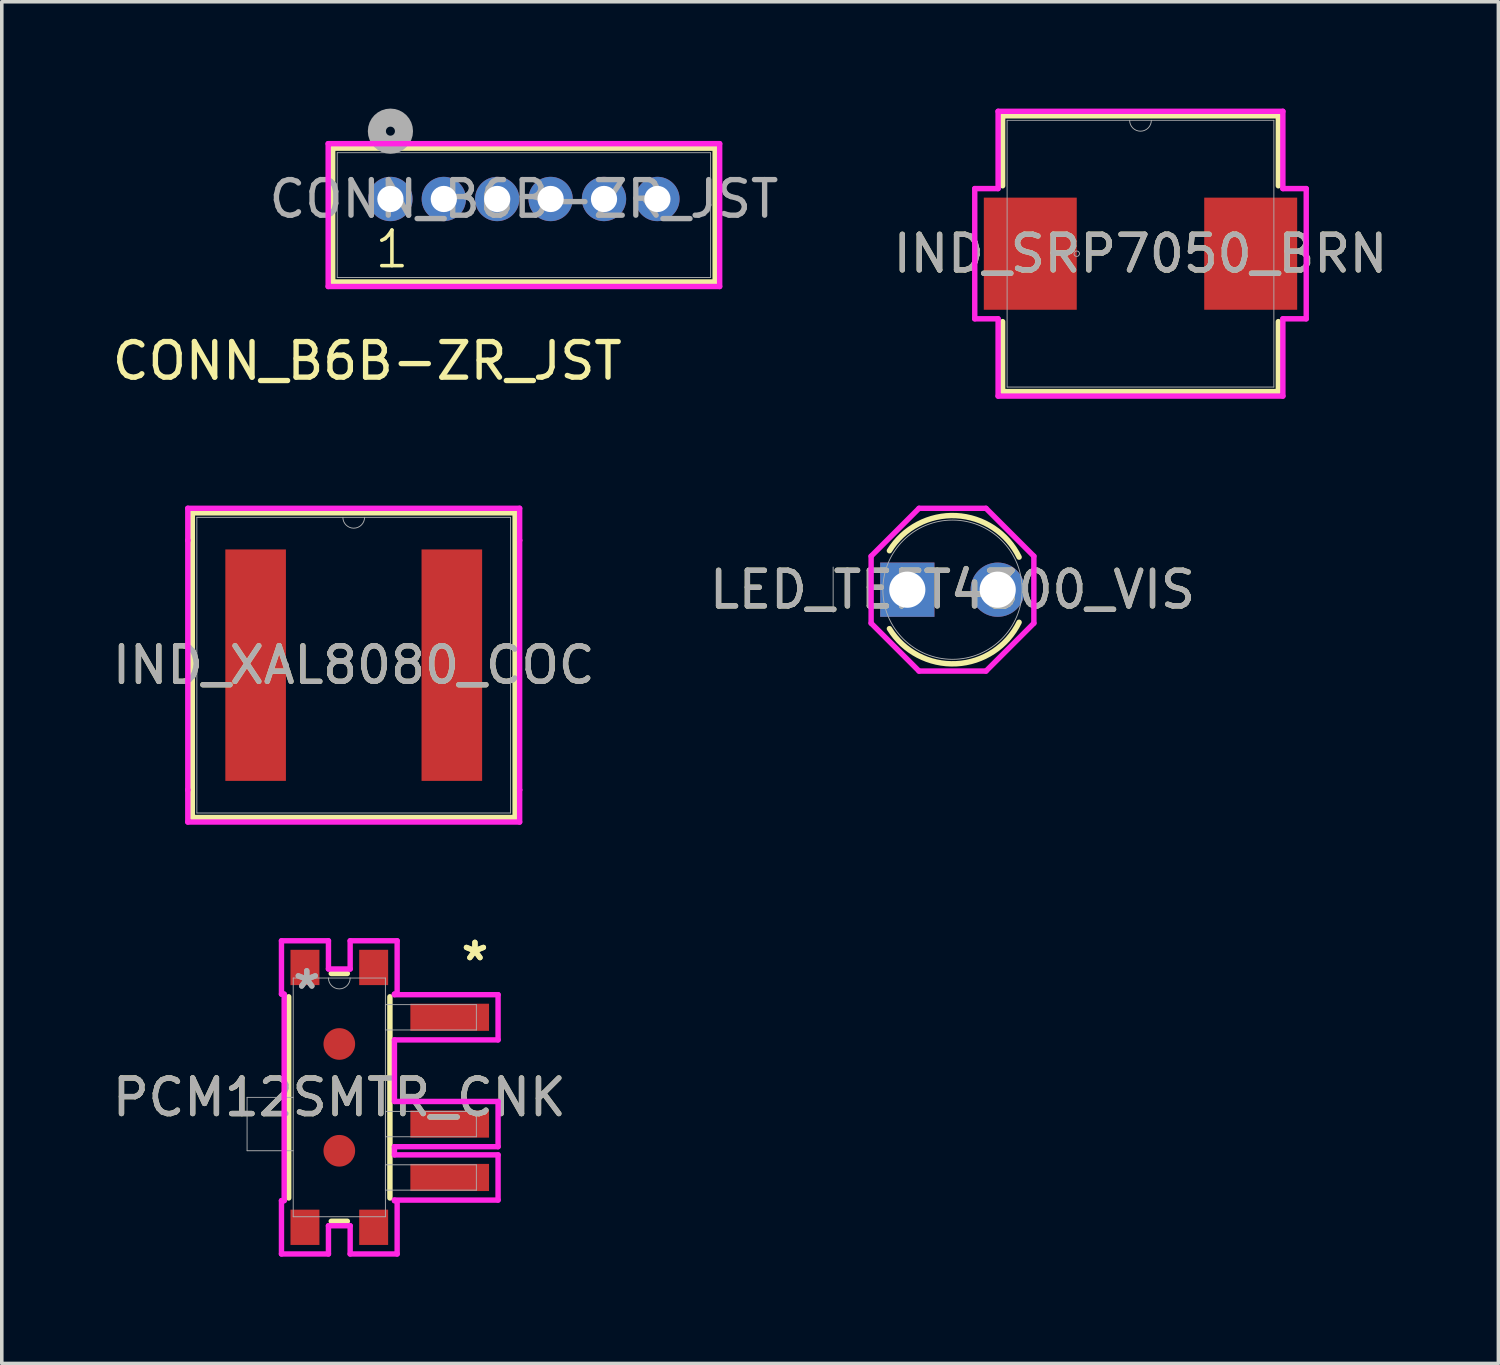
<source format=kicad_pcb>
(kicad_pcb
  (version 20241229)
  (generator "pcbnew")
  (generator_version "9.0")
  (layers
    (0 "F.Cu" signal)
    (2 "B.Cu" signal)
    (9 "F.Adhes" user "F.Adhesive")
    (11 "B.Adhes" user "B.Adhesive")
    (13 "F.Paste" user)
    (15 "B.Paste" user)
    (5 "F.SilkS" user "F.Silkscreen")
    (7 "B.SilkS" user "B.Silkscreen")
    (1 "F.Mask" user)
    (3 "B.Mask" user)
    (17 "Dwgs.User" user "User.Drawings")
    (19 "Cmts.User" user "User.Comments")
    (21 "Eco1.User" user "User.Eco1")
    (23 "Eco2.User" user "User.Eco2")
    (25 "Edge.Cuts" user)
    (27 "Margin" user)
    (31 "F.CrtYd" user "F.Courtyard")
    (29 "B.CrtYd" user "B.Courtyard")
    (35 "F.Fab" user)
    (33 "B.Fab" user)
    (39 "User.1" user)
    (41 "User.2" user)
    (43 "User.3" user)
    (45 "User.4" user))
  (footprint "LED_TEFT4300_VIS"
    (layer "F.Cu")
    (at 22.438 13.516)
    (property "Reference" "LED_TEFT4300_VIS" (at 1.27 0 0) (unlocked yes) (layer "F.SilkS") (effects (font (size 1 1) (thickness 0.15))))
    (attr through_hole)
    (fp_arc (start -0.501891 -1.094742) (mid 1.372654 -2.080269) (end 3.141063 -0.914975) (stroke (width 0.1524) (type solid)) (layer "F.SilkS"))
    (fp_arc (start 3.141062 0.914976) (mid 1.372652 2.080269) (end -0.501892 1.09474) (stroke (width 0.1524) (type solid)) (layer "F.SilkS"))
    (fp_line (start -1.016 -0.941) (end 0.329 -2.286) (stroke (width 0.152) (type solid)) (layer "F.CrtYd"))
    (fp_line (start -1.016 0.941) (end -1.016 -0.941) (stroke (width 0.152) (type solid)) (layer "F.CrtYd"))
    (fp_line (start 0.329 -2.286) (end 2.211 -2.286) (stroke (width 0.152) (type solid)) (layer "F.CrtYd"))
    (fp_line (start 0.329 2.286) (end -1.016 0.941) (stroke (width 0.152) (type solid)) (layer "F.CrtYd"))
    (fp_line (start 2.211 -2.286) (end 3.556 -0.941) (stroke (width 0.152) (type solid)) (layer "F.CrtYd"))
    (fp_line (start 2.211 2.286) (end 0.329 2.286) (stroke (width 0.152) (type solid)) (layer "F.CrtYd"))
    (fp_line (start 3.556 -0.941) (end 3.556 0.941) (stroke (width 0.152) (type solid)) (layer "F.CrtYd"))
    (fp_line (start 3.556 0.941) (end 2.211 2.286) (stroke (width 0.152) (type solid)) (layer "F.CrtYd"))
    (fp_line (start -2.083 -0.635) (end -2.083 0.635) (stroke (width 0.025) (type solid)) (layer "F.Fab"))
    (fp_circle (center 1.27 0) (end 3.226 0) (stroke (width 0.025) (type solid)) (fill no) (layer "F.Fab"))
    (fp_text user "${REFERENCE}" (at 1.27 0 0) (unlocked yes) (layer "F.Fab") (effects (font (size 1 1) (thickness 0.15))))
    (pad "1" thru_hole rect (at 0 0) (size 1.524 1.524) (drill 1.016) (layers "*.Cu" "*.Mask"))
    (pad "2" thru_hole circle (at 2.54 0) (size 1.524 1.524) (drill 1.016) (layers "*.Cu" "*.Mask")))
  (footprint "IND_SRP7050_BRN"
    (layer "F.Cu")
    (at 28.989 4.077)
    (property "Reference" "IND_SRP7050_BRN" (at 0 0 0) (unlocked yes) (layer "F.SilkS") (effects (font (size 1 1) (thickness 0.15))))
    (attr smd)
    (fp_line (start -3.873 -3.873) (end -3.873 -1.908) (stroke (width 0.152) (type solid)) (layer "F.SilkS"))
    (fp_line (start -3.873 1.908) (end -3.873 3.873) (stroke (width 0.152) (type solid)) (layer "F.SilkS"))
    (fp_line (start -3.873 3.873) (end 3.873 3.873) (stroke (width 0.152) (type solid)) (layer "F.SilkS"))
    (fp_line (start 3.873 -3.873) (end -3.873 -3.873) (stroke (width 0.152) (type solid)) (layer "F.SilkS"))
    (fp_line (start 3.873 -1.908) (end 3.873 -3.873) (stroke (width 0.152) (type solid)) (layer "F.SilkS"))
    (fp_line (start 3.873 3.873) (end 3.873 1.908) (stroke (width 0.152) (type solid)) (layer "F.SilkS"))
    (fp_line (start -4.656 -1.829) (end -4 -1.829) (stroke (width 0.152) (type solid)) (layer "F.CrtYd"))
    (fp_line (start -4.656 1.829) (end -4.656 -1.829) (stroke (width 0.152) (type solid)) (layer "F.CrtYd"))
    (fp_line (start -4.656 1.829) (end -4 1.829) (stroke (width 0.152) (type solid)) (layer "F.CrtYd"))
    (fp_line (start -4 -4) (end 4 -4) (stroke (width 0.152) (type solid)) (layer "F.CrtYd"))
    (fp_line (start -4 -1.829) (end -4 -4) (stroke (width 0.152) (type solid)) (layer "F.CrtYd"))
    (fp_line (start -4 4) (end -4 1.829) (stroke (width 0.152) (type solid)) (layer "F.CrtYd"))
    (fp_line (start 4 -4) (end 4 -1.829) (stroke (width 0.152) (type solid)) (layer "F.CrtYd"))
    (fp_line (start 4 1.829) (end 4 4) (stroke (width 0.152) (type solid)) (layer "F.CrtYd"))
    (fp_line (start 4 4) (end -4 4) (stroke (width 0.152) (type solid)) (layer "F.CrtYd"))
    (fp_line (start 4.656 -1.829) (end 4 -1.829) (stroke (width 0.152) (type solid)) (layer "F.CrtYd"))
    (fp_line (start 4.656 -1.829) (end 4.656 1.829) (stroke (width 0.152) (type solid)) (layer "F.CrtYd"))
    (fp_line (start 4.656 1.829) (end 4 1.829) (stroke (width 0.152) (type solid)) (layer "F.CrtYd"))
    (fp_line (start -3.747 -3.747) (end -3.747 3.747) (stroke (width 0.025) (type solid)) (layer "F.Fab"))
    (fp_line (start -3.747 3.747) (end 3.747 3.747) (stroke (width 0.025) (type solid)) (layer "F.Fab"))
    (fp_line (start 3.747 -3.747) (end -3.747 -3.747) (stroke (width 0.025) (type solid)) (layer "F.Fab"))
    (fp_line (start 3.747 3.747) (end 3.747 -3.747) (stroke (width 0.025) (type solid)) (layer "F.Fab"))
    (fp_arc (start 0.3048 -3.7465) (mid 0 -3.4417) (end -0.3048 -3.7465) (stroke (width 0.0254) (type solid)) (layer "F.Fab"))
    (fp_circle (center -1.791 0) (end -1.714 0) (stroke (width 0.025) (type solid)) (fill no) (layer "F.Fab"))
    (fp_text user "${REFERENCE}" (at 0 0 0) (unlocked yes) (layer "F.Fab") (effects (font (size 1 1) (thickness 0.15))))
    (pad "1" smd rect (at -3.096 0) (size 2.611 3.15) (layers "F.Cu" "F.Mask" "F.Paste"))
    (pad "2" smd rect (at 3.096 0) (size 2.611 3.15) (layers "F.Cu" "F.Mask" "F.Paste")))
  (footprint "PCM12SMTR_CNK"
    (layer "F.Cu")
    (at 6.482 27.778)
    (property "Reference" "PCM12SMTR_CNK" (at 0 0 0) (unlocked yes) (layer "F.SilkS") (effects (font (size 1 1) (thickness 0.15))))
    (attr smd)
    (fp_line (start -1.422 2.826) (end -1.422 -2.826) (stroke (width 0.152) (type solid)) (layer "F.SilkS"))
    (fp_line (start -0.226 -3.48) (end 0.226 -3.48) (stroke (width 0.152) (type solid)) (layer "F.SilkS"))
    (fp_line (start 0.226 3.48) (end -0.226 3.48) (stroke (width 0.152) (type solid)) (layer "F.SilkS"))
    (fp_line (start 1.422 -2.826) (end 1.422 2.826) (stroke (width 0.152) (type solid)) (layer "F.SilkS"))
    (fp_line (start -1.625 -4.399) (end -1.625 -2.901) (stroke (width 0.152) (type solid)) (layer "F.CrtYd"))
    (fp_line (start -1.625 -2.901) (end -1.549 -2.901) (stroke (width 0.152) (type solid)) (layer "F.CrtYd"))
    (fp_line (start -1.625 2.901) (end -1.625 4.399) (stroke (width 0.152) (type solid)) (layer "F.CrtYd"))
    (fp_line (start -1.625 4.399) (end -0.305 4.399) (stroke (width 0.152) (type solid)) (layer "F.CrtYd"))
    (fp_line (start -1.549 -2.901) (end -1.549 2.901) (stroke (width 0.152) (type solid)) (layer "F.CrtYd"))
    (fp_line (start -1.549 2.901) (end -1.625 2.901) (stroke (width 0.152) (type solid)) (layer "F.CrtYd"))
    (fp_line (start -0.305 -4.399) (end -1.625 -4.399) (stroke (width 0.152) (type solid)) (layer "F.CrtYd"))
    (fp_line (start -0.305 -3.607) (end -0.305 -4.399) (stroke (width 0.152) (type solid)) (layer "F.CrtYd"))
    (fp_line (start -0.305 3.607) (end 0.305 3.607) (stroke (width 0.152) (type solid)) (layer "F.CrtYd"))
    (fp_line (start -0.305 4.399) (end -0.305 3.607) (stroke (width 0.152) (type solid)) (layer "F.CrtYd"))
    (fp_line (start 0.305 -4.399) (end 0.305 -3.607) (stroke (width 0.152) (type solid)) (layer "F.CrtYd"))
    (fp_line (start 0.305 -3.607) (end -0.305 -3.607) (stroke (width 0.152) (type solid)) (layer "F.CrtYd"))
    (fp_line (start 0.305 3.607) (end 0.305 4.399) (stroke (width 0.152) (type solid)) (layer "F.CrtYd"))
    (fp_line (start 0.305 4.399) (end 1.625 4.399) (stroke (width 0.152) (type solid)) (layer "F.CrtYd"))
    (fp_line (start 1.549 -2.901) (end 1.625 -2.901) (stroke (width 0.152) (type solid)) (layer "F.CrtYd"))
    (fp_line (start 1.549 -2.885) (end 1.549 -2.901) (stroke (width 0.152) (type solid)) (layer "F.CrtYd"))
    (fp_line (start 1.549 -1.615) (end 4.46 -1.615) (stroke (width 0.152) (type solid)) (layer "F.CrtYd"))
    (fp_line (start 1.549 0.115) (end 1.549 -1.615) (stroke (width 0.152) (type solid)) (layer "F.CrtYd"))
    (fp_line (start 1.549 1.385) (end 4.46 1.385) (stroke (width 0.152) (type solid)) (layer "F.CrtYd"))
    (fp_line (start 1.549 1.615) (end 1.549 1.385) (stroke (width 0.152) (type solid)) (layer "F.CrtYd"))
    (fp_line (start 1.549 2.885) (end 4.46 2.885) (stroke (width 0.152) (type solid)) (layer "F.CrtYd"))
    (fp_line (start 1.549 2.901) (end 1.549 2.885) (stroke (width 0.152) (type solid)) (layer "F.CrtYd"))
    (fp_line (start 1.625 -4.399) (end 0.305 -4.399) (stroke (width 0.152) (type solid)) (layer "F.CrtYd"))
    (fp_line (start 1.625 -2.901) (end 1.625 -4.399) (stroke (width 0.152) (type solid)) (layer "F.CrtYd"))
    (fp_line (start 1.625 2.901) (end 1.549 2.901) (stroke (width 0.152) (type solid)) (layer "F.CrtYd"))
    (fp_line (start 1.625 4.399) (end 1.625 2.901) (stroke (width 0.152) (type solid)) (layer "F.CrtYd"))
    (fp_line (start 4.46 -2.885) (end 1.549 -2.885) (stroke (width 0.152) (type solid)) (layer "F.CrtYd"))
    (fp_line (start 4.46 -1.615) (end 4.46 -2.885) (stroke (width 0.152) (type solid)) (layer "F.CrtYd"))
    (fp_line (start 4.46 0.115) (end 1.549 0.115) (stroke (width 0.152) (type solid)) (layer "F.CrtYd"))
    (fp_line (start 4.46 1.385) (end 4.46 0.115) (stroke (width 0.152) (type solid)) (layer "F.CrtYd"))
    (fp_line (start 4.46 1.615) (end 1.549 1.615) (stroke (width 0.152) (type solid)) (layer "F.CrtYd"))
    (fp_line (start 4.46 2.885) (end 4.46 1.615) (stroke (width 0.152) (type solid)) (layer "F.CrtYd"))
    (fp_line (start -2.591 1.499) (end -2.591 0) (stroke (width 0.025) (type solid)) (layer "F.Fab"))
    (fp_line (start -1.295 -3.353) (end -1.295 3.353) (stroke (width 0.025) (type solid)) (layer "F.Fab"))
    (fp_line (start -1.295 0) (end -2.591 0) (stroke (width 0.025) (type solid)) (layer "F.Fab"))
    (fp_line (start -1.295 1.499) (end -2.591 1.499) (stroke (width 0.025) (type solid)) (layer "F.Fab"))
    (fp_line (start -1.295 3.353) (end 1.295 3.353) (stroke (width 0.025) (type solid)) (layer "F.Fab"))
    (fp_line (start 1.295 -3.353) (end -1.295 -3.353) (stroke (width 0.025) (type solid)) (layer "F.Fab"))
    (fp_line (start 1.295 -2.606) (end 1.295 -1.894) (stroke (width 0.025) (type solid)) (layer "F.Fab"))
    (fp_line (start 1.295 -1.894) (end 3.85 -1.894) (stroke (width 0.025) (type solid)) (layer "F.Fab"))
    (fp_line (start 1.295 0.394) (end 1.295 1.106) (stroke (width 0.025) (type solid)) (layer "F.Fab"))
    (fp_line (start 1.295 1.106) (end 3.85 1.106) (stroke (width 0.025) (type solid)) (layer "F.Fab"))
    (fp_line (start 1.295 1.894) (end 1.295 2.606) (stroke (width 0.025) (type solid)) (layer "F.Fab"))
    (fp_line (start 1.295 2.606) (end 3.85 2.606) (stroke (width 0.025) (type solid)) (layer "F.Fab"))
    (fp_line (start 1.295 3.353) (end 1.295 -3.353) (stroke (width 0.025) (type solid)) (layer "F.Fab"))
    (fp_line (start 3.85 -2.606) (end 1.295 -2.606) (stroke (width 0.025) (type solid)) (layer "F.Fab"))
    (fp_line (start 3.85 -1.894) (end 3.85 -2.606) (stroke (width 0.025) (type solid)) (layer "F.Fab"))
    (fp_line (start 3.85 0.394) (end 1.295 0.394) (stroke (width 0.025) (type solid)) (layer "F.Fab"))
    (fp_line (start 3.85 1.106) (end 3.85 0.394) (stroke (width 0.025) (type solid)) (layer "F.Fab"))
    (fp_line (start 3.85 1.894) (end 1.295 1.894) (stroke (width 0.025) (type solid)) (layer "F.Fab"))
    (fp_line (start 3.85 2.606) (end 3.85 1.894) (stroke (width 0.025) (type solid)) (layer "F.Fab"))
    (fp_arc (start 0.3048 -3.3528) (mid 0 -3.048) (end -0.3048 -3.3528) (stroke (width 0.0254) (type solid)) (layer "F.Fab"))
    (fp_text user "*" (at 3.81 -3.81 0) (layer "F.SilkS") (effects (font (size 1 1) (thickness 0.15))))
    (fp_text user "*" (at 3.81 -3.81 0) (unlocked yes) (layer "F.SilkS") (effects (font (size 1 1) (thickness 0.15))))
    (fp_text user "${REFERENCE}" (at 0 0 0) (unlocked yes) (layer "F.Fab") (effects (font (size 1 1) (thickness 0.15))))
    (fp_text user "*" (at -0.914 -3.012 0) (unlocked yes) (layer "F.Fab") (effects (font (size 1 1) (thickness 0.15))))
    (fp_text user "*" (at -0.914 -3.012 0) (layer "F.Fab") (effects (font (size 1 1) (thickness 0.15))))
    (pad "1" smd rect (at 3.101 -2.25) (size 2.21 0.762) (layers "F.Cu" "F.Mask" "F.Paste"))
    (pad "2" smd rect (at 3.101 0.75) (size 2.21 0.762) (layers "F.Cu" "F.Mask" "F.Paste"))
    (pad "3" smd rect (at 3.101 2.25) (size 2.21 0.762) (layers "F.Cu" "F.Mask" "F.Paste"))
    (pad "4" smd circle (at 0 -1.5) (size 0.889 0.889) (layers "F.Cu" "F.Mask" "F.Paste"))
    (pad "5" smd circle (at 0 1.5) (size 0.889 0.889) (layers "F.Cu" "F.Mask" "F.Paste"))
    (pad "6" smd rect (at -0.965 -3.65) (size 0.813 0.991) (layers "F.Cu" "F.Mask" "F.Paste"))
    (pad "7" smd rect (at 0.965 -3.65) (size 0.813 0.991) (layers "F.Cu" "F.Mask" "F.Paste"))
    (pad "8" smd rect (at -0.965 3.65) (size 0.813 0.991) (layers "F.Cu" "F.Mask" "F.Paste"))
    (pad "9" smd rect (at 0.965 3.65) (size 0.813 0.991) (layers "F.Cu" "F.Mask" "F.Paste")))
  (footprint "CONN_B6B-ZR_JST"
    (layer "F.Cu")
    (at 7.918 2.54)
    (property "Reference" "CONN_B6B-ZR_JST" (at -0.65 4.55 0) (unlocked yes) (layer "F.SilkS") (effects (font (size 1 1) (thickness 0.15))))
    (attr through_hole)
    (fp_line (start -1.622 -1.427) (end -1.622 2.332) (stroke (width 0.152) (type solid)) (layer "F.SilkS"))
    (fp_line (start -1.622 2.332) (end 9.122 2.332) (stroke (width 0.152) (type solid)) (layer "F.SilkS"))
    (fp_line (start 9.122 -1.427) (end -1.622 -1.427) (stroke (width 0.152) (type solid)) (layer "F.SilkS"))
    (fp_line (start 9.122 2.332) (end 9.122 -1.427) (stroke (width 0.152) (type solid)) (layer "F.SilkS"))
    (fp_line (start -1.749 -1.554) (end -1.749 2.459) (stroke (width 0.152) (type solid)) (layer "F.CrtYd"))
    (fp_line (start -1.749 2.459) (end 9.249 2.459) (stroke (width 0.152) (type solid)) (layer "F.CrtYd"))
    (fp_line (start 9.249 -1.554) (end -1.749 -1.554) (stroke (width 0.152) (type solid)) (layer "F.CrtYd"))
    (fp_line (start 9.249 2.459) (end 9.249 -1.554) (stroke (width 0.152) (type solid)) (layer "F.CrtYd"))
    (fp_line (start -1.495 -1.3) (end -1.495 2.205) (stroke (width 0.025) (type solid)) (layer "F.Fab"))
    (fp_line (start -1.495 2.205) (end 8.995 2.205) (stroke (width 0.025) (type solid)) (layer "F.Fab"))
    (fp_line (start 8.995 -1.3) (end -1.495 -1.3) (stroke (width 0.025) (type solid)) (layer "F.Fab"))
    (fp_line (start 8.995 2.205) (end 8.995 -1.3) (stroke (width 0.025) (type solid)) (layer "F.Fab"))
    (fp_circle (center 0 -1.905) (end 0.381 -1.905) (stroke (width 0.508) (type solid)) (fill no) (layer "F.Fab"))
    (fp_text user "1" (at -0.5 2 0) (unlocked yes) (layer "F.SilkS") (effects (font (size 1 1) (thickness 0.1)) (justify left bottom)))
    (fp_text user "${REFERENCE}" (at 3.75 0 0) (unlocked yes) (layer "F.Fab") (effects (font (size 1 1) (thickness 0.15))))
    (pad "1" thru_hole circle (at 0 0) (size 1.245 1.245) (drill 0.737) (layers "*.Cu" "*.Mask"))
    (pad "2" thru_hole circle (at 1.5 0) (size 1.245 1.245) (drill 0.737) (layers "*.Cu" "*.Mask"))
    (pad "3" thru_hole circle (at 3 0) (size 1.245 1.245) (drill 0.737) (layers "*.Cu" "*.Mask"))
    (pad "4" thru_hole circle (at 4.5 0) (size 1.245 1.245) (drill 0.737) (layers "*.Cu" "*.Mask"))
    (pad "5" thru_hole circle (at 6 0) (size 1.245 1.245) (drill 0.737) (layers "*.Cu" "*.Mask"))
    (pad "6" thru_hole circle (at 7.5 0) (size 1.245 1.245) (drill 0.737) (layers "*.Cu" "*.Mask")))
  (footprint "IND_XAL8080_COC"
    (layer "F.Cu")
    (at 6.887 15.636)
    (property "Reference" "IND_XAL8080_COC" (at 0 0 0) (unlocked yes) (layer "F.SilkS") (effects (font (size 1 1) (thickness 0.15))))
    (attr smd)
    (fp_line (start -4.534 -4.28) (end -4.534 4.28) (stroke (width 0.152) (type solid)) (layer "F.SilkS"))
    (fp_line (start -4.534 4.28) (end 4.534 4.28) (stroke (width 0.152) (type solid)) (layer "F.SilkS"))
    (fp_line (start 4.534 -4.28) (end -4.534 -4.28) (stroke (width 0.152) (type solid)) (layer "F.SilkS"))
    (fp_line (start 4.534 4.28) (end 4.534 -4.28) (stroke (width 0.152) (type solid)) (layer "F.SilkS"))
    (fp_line (start -4.661 -4.407) (end 4.661 -4.407) (stroke (width 0.152) (type solid)) (layer "F.CrtYd"))
    (fp_line (start -4.661 -3.505) (end -4.661 -4.407) (stroke (width 0.152) (type solid)) (layer "F.CrtYd"))
    (fp_line (start -4.661 -3.505) (end -4.661 -3.505) (stroke (width 0.152) (type solid)) (layer "F.CrtYd"))
    (fp_line (start -4.661 3.505) (end -4.661 -3.505) (stroke (width 0.152) (type solid)) (layer "F.CrtYd"))
    (fp_line (start -4.661 3.505) (end -4.661 3.505) (stroke (width 0.152) (type solid)) (layer "F.CrtYd"))
    (fp_line (start -4.661 4.407) (end -4.661 3.505) (stroke (width 0.152) (type solid)) (layer "F.CrtYd"))
    (fp_line (start 4.661 -4.407) (end 4.661 -3.505) (stroke (width 0.152) (type solid)) (layer "F.CrtYd"))
    (fp_line (start 4.661 -3.505) (end 4.661 -3.505) (stroke (width 0.152) (type solid)) (layer "F.CrtYd"))
    (fp_line (start 4.661 -3.505) (end 4.661 3.505) (stroke (width 0.152) (type solid)) (layer "F.CrtYd"))
    (fp_line (start 4.661 3.505) (end 4.661 3.505) (stroke (width 0.152) (type solid)) (layer "F.CrtYd"))
    (fp_line (start 4.661 3.505) (end 4.661 4.407) (stroke (width 0.152) (type solid)) (layer "F.CrtYd"))
    (fp_line (start 4.661 4.407) (end -4.661 4.407) (stroke (width 0.152) (type solid)) (layer "F.CrtYd"))
    (fp_line (start -4.407 -4.153) (end -4.407 4.153) (stroke (width 0.025) (type solid)) (layer "F.Fab"))
    (fp_line (start -4.407 4.153) (end 4.407 4.153) (stroke (width 0.025) (type solid)) (layer "F.Fab"))
    (fp_line (start 4.407 -4.153) (end -4.407 -4.153) (stroke (width 0.025) (type solid)) (layer "F.Fab"))
    (fp_line (start 4.407 4.153) (end 4.407 -4.153) (stroke (width 0.025) (type solid)) (layer "F.Fab"))
    (fp_arc (start 0.3048 -4.1529) (mid 0 -3.8481) (end -0.3048 -4.1529) (stroke (width 0.0254) (type solid)) (layer "F.Fab"))
    (fp_circle (center -1.905 0) (end -1.829 0) (stroke (width 0.025) (type solid)) (fill no) (layer "F.Fab"))
    (fp_text user "${REFERENCE}" (at 0 0 0) (unlocked yes) (layer "F.Fab") (effects (font (size 1 1) (thickness 0.15))))
    (pad "1" smd rect (at -2.756 0) (size 1.702 6.502) (layers "F.Cu" "F.Mask" "F.Paste"))
    (pad "2" smd rect (at 2.756 0) (size 1.702 6.502) (layers "F.Cu" "F.Mask" "F.Paste")))
  (gr_rect
    (start -3 -3)
    (end 39.043 35.253)
    (stroke (width 0.1) (type default))
    (fill no)
    (layer "Edge.Cuts")))
</source>
